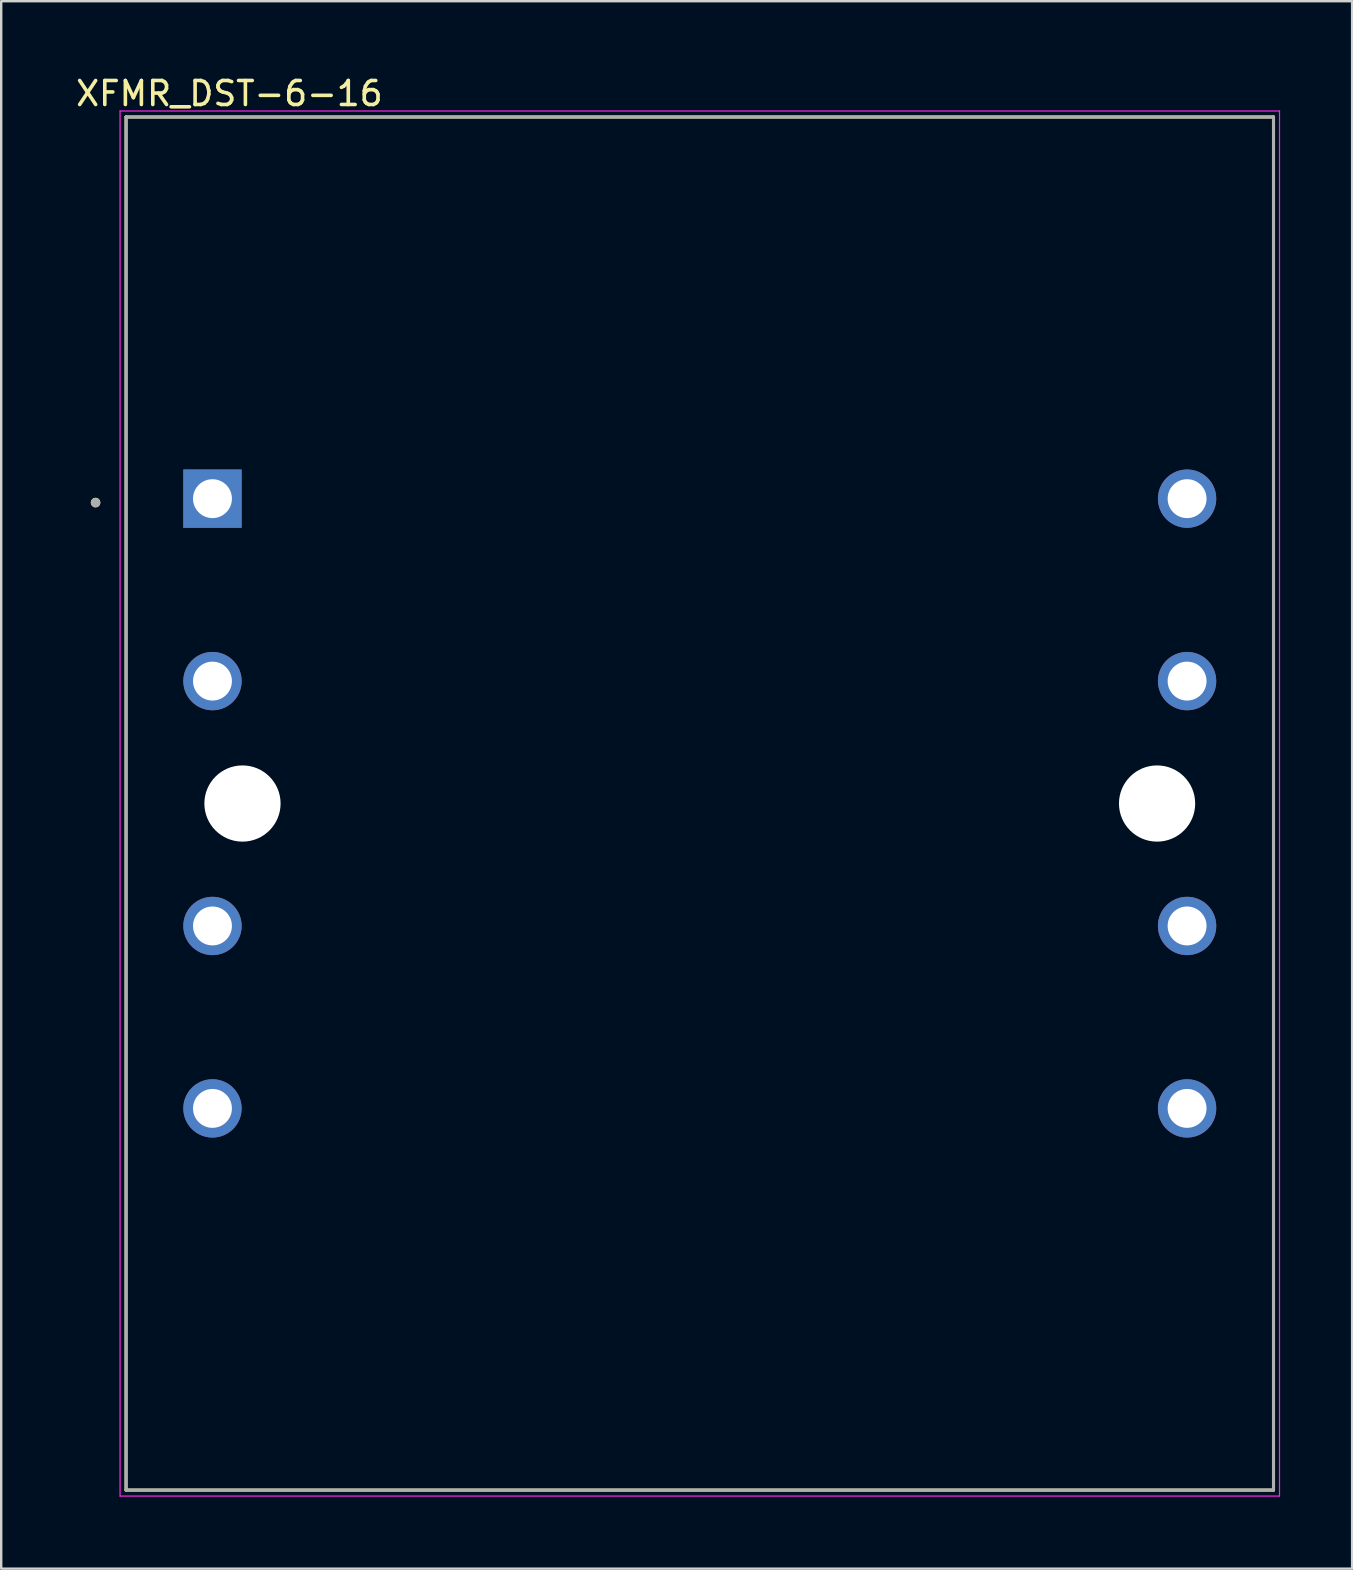
<source format=kicad_pcb>
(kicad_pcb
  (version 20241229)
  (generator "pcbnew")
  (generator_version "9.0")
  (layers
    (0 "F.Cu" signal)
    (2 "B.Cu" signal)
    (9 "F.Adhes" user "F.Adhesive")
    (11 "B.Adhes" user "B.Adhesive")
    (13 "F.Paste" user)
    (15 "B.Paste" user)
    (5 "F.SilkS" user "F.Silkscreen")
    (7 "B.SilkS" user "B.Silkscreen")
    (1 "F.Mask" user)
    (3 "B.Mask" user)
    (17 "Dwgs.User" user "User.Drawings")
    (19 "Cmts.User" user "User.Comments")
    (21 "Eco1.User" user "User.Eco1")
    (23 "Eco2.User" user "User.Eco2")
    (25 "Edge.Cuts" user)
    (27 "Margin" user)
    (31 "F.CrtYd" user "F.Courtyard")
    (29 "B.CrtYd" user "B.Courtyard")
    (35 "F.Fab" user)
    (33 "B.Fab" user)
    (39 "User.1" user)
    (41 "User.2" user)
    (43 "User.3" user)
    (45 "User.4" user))
  (footprint "XFMR_DST-6-16"
    (layer "F.Cu")
    (at 26.101 30.423)
    (property "Reference" "XFMR_DST-6-16" (at -19.595 -29.575 0) (layer "F.SilkS") (effects (font (size 1 1) (thickness 0.15))))
    (attr through_hole)
    (fp_line (start -23.9 -28.6) (end 23.9 -28.6) (stroke (width 0.127) (type solid)) (layer "F.SilkS"))
    (fp_line (start -23.9 28.6) (end -23.9 -28.6) (stroke (width 0.127) (type solid)) (layer "F.SilkS"))
    (fp_line (start 23.9 -28.6) (end 23.9 28.6) (stroke (width 0.127) (type solid)) (layer "F.SilkS"))
    (fp_line (start 23.9 28.6) (end -23.9 28.6) (stroke (width 0.127) (type solid)) (layer "F.SilkS"))
    (fp_circle (center -25.17 -12.54) (end -25.07 -12.54) (stroke (width 0.2) (type solid)) (fill no) (layer "F.SilkS"))
    (fp_line (start -24.15 -28.85) (end 24.15 -28.85) (stroke (width 0.05) (type solid)) (layer "F.CrtYd"))
    (fp_line (start -24.15 28.85) (end -24.15 -28.85) (stroke (width 0.05) (type solid)) (layer "F.CrtYd"))
    (fp_line (start 24.15 -28.85) (end 24.15 28.85) (stroke (width 0.05) (type solid)) (layer "F.CrtYd"))
    (fp_line (start 24.15 28.85) (end -24.15 28.85) (stroke (width 0.05) (type solid)) (layer "F.CrtYd"))
    (fp_line (start -23.9 -28.6) (end 23.9 -28.6) (stroke (width 0.127) (type solid)) (layer "F.Fab"))
    (fp_line (start -23.9 28.6) (end -23.9 -28.6) (stroke (width 0.127) (type solid)) (layer "F.Fab"))
    (fp_line (start 23.9 -28.6) (end 23.9 28.6) (stroke (width 0.127) (type solid)) (layer "F.Fab"))
    (fp_line (start 23.9 28.6) (end -23.9 28.6) (stroke (width 0.127) (type solid)) (layer "F.Fab"))
    (fp_circle (center -25.17 -12.53) (end -25.07 -12.53) (stroke (width 0.2) (type solid)) (fill no) (layer "F.Fab"))
    (pad "" np_thru_hole circle (at -19.05 0) (size 3.175 3.175) (drill 3.175) (layers "*.Cu" "*.Mask"))
    (pad "" np_thru_hole circle (at 19.05 0) (size 3.175 3.175) (drill 3.175) (layers "*.Cu" "*.Mask"))
    (pad "1" thru_hole rect (at -20.3 -12.7) (size 2.43 2.43) (drill 1.62) (layers "*.Cu" "*.Mask"))
    (pad "2" thru_hole circle (at -20.3 -5.1) (size 2.43 2.43) (drill 1.62) (layers "*.Cu" "*.Mask"))
    (pad "3" thru_hole circle (at -20.3 5.1) (size 2.43 2.43) (drill 1.62) (layers "*.Cu" "*.Mask"))
    (pad "4" thru_hole circle (at -20.3 12.7) (size 2.43 2.43) (drill 1.62) (layers "*.Cu" "*.Mask"))
    (pad "5" thru_hole circle (at 20.3 -12.7) (size 2.43 2.43) (drill 1.62) (layers "*.Cu" "*.Mask"))
    (pad "6" thru_hole circle (at 20.3 -5.1) (size 2.43 2.43) (drill 1.62) (layers "*.Cu" "*.Mask"))
    (pad "7" thru_hole circle (at 20.3 5.1) (size 2.43 2.43) (drill 1.62) (layers "*.Cu" "*.Mask"))
    (pad "8" thru_hole circle (at 20.3 12.7) (size 2.43 2.43) (drill 1.62) (layers "*.Cu" "*.Mask")))
  (gr_rect
    (start -3 -3)
    (end 53.276 62.298)
    (stroke (width 0.1) (type default))
    (fill no)
    (layer "Edge.Cuts")))
</source>
